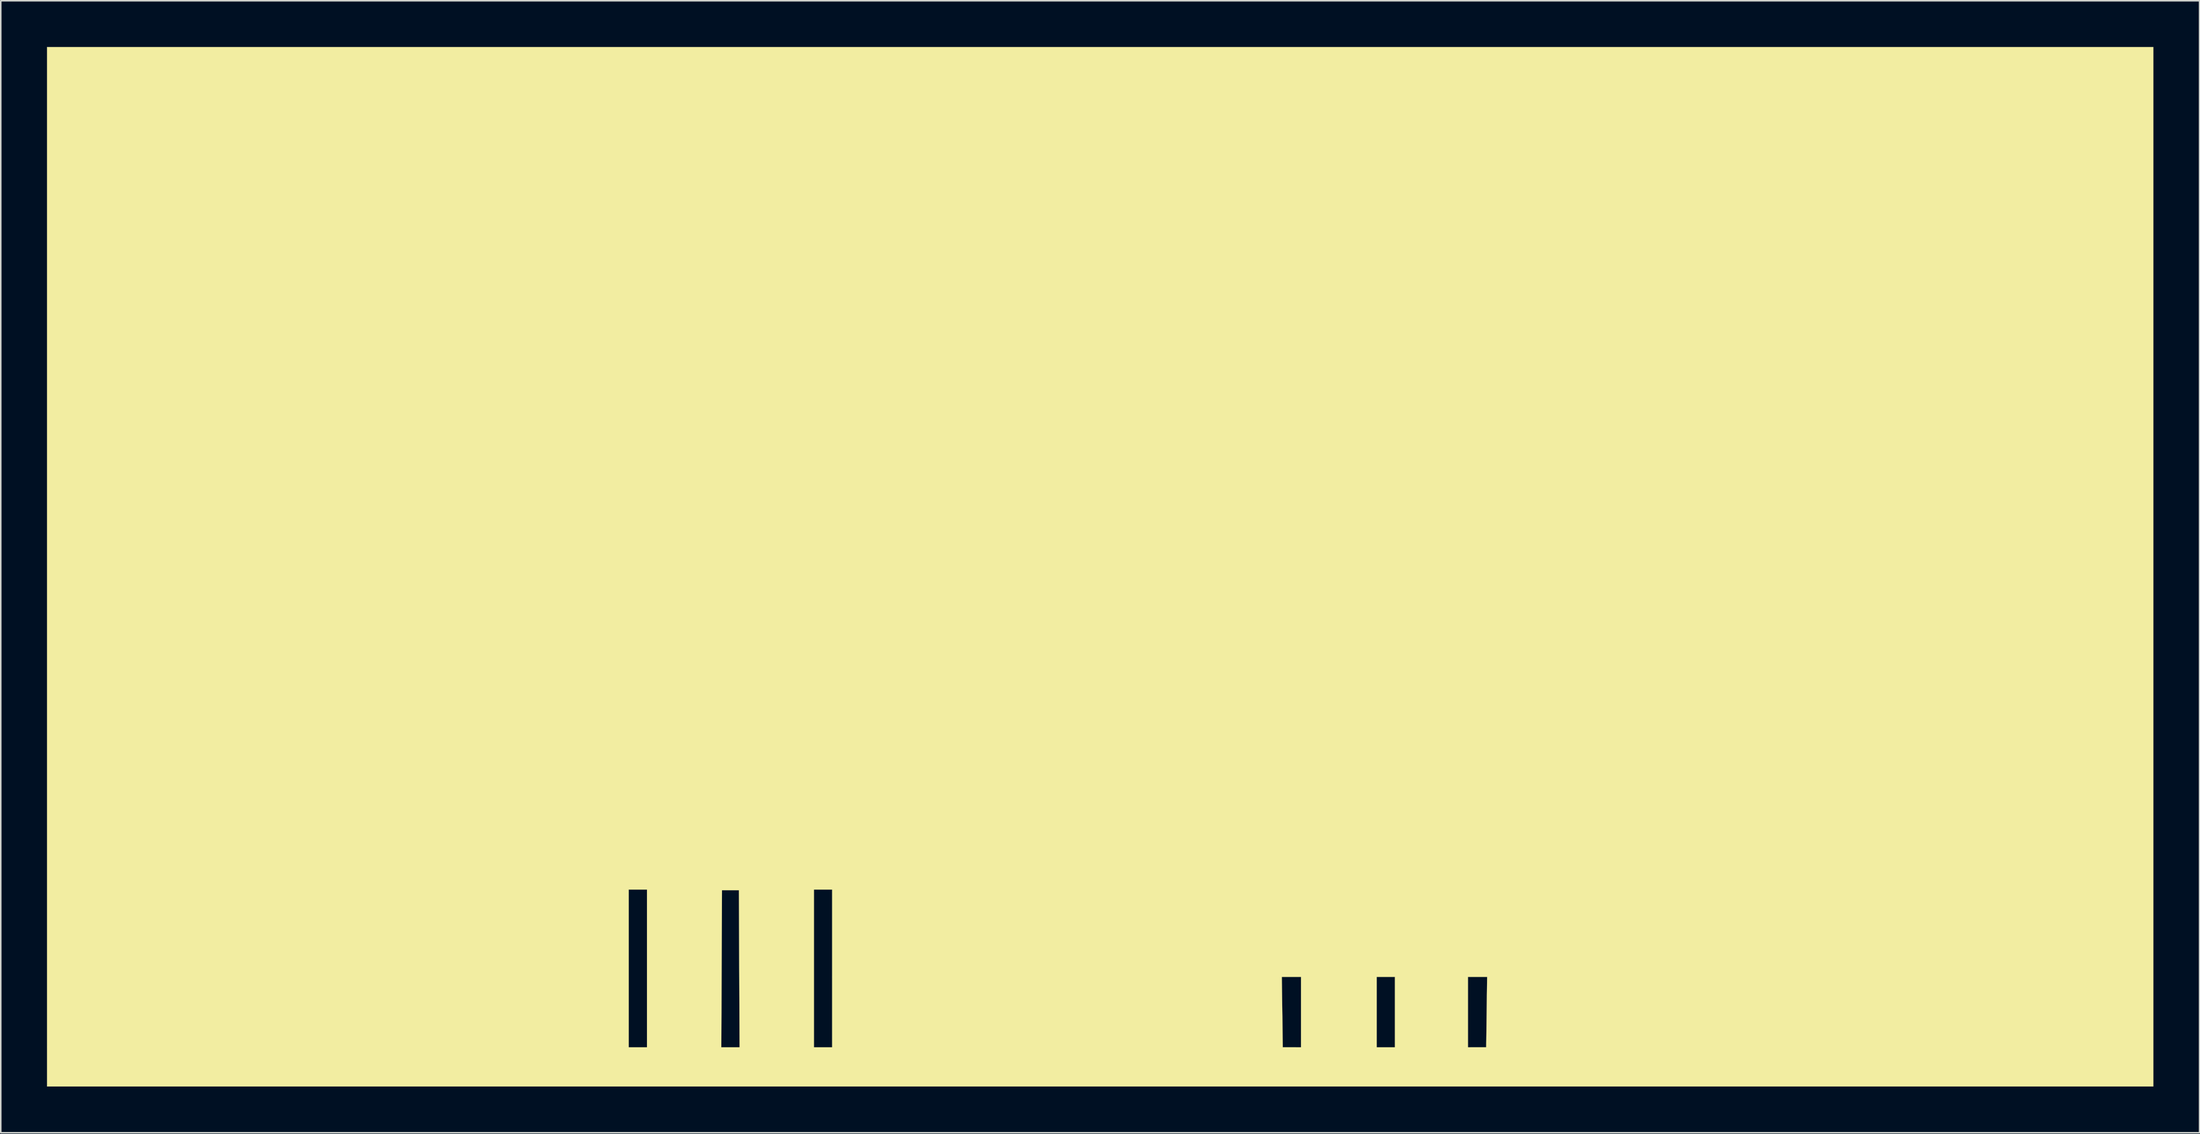
<source format=kicad_pcb>
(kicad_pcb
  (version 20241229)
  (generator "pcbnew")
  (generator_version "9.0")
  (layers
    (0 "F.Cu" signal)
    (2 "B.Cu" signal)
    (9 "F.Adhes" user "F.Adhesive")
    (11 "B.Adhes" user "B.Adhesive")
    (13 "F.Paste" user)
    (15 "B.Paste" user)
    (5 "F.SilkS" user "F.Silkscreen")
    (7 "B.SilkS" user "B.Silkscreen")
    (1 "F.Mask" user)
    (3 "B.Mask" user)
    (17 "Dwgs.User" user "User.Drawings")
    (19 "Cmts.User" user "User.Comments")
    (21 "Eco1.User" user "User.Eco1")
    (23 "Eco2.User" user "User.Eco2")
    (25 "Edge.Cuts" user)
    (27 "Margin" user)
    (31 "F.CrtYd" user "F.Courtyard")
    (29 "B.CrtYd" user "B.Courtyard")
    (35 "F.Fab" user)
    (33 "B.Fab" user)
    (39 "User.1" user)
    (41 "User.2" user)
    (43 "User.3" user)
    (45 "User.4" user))
  (footprint "Frame"
    (layer "F.Cu")
    (at 68.331 33.702)
    (property "Reference" "Frame" (at 0 0 0) (layer "F.SilkS") (effects (font (size 1.524 1.524) (thickness 0.3))))
    (attr through_hole)
    (fp_poly (pts (xy 68.411 33.782) (xy -68.326 33.782) (xy -68.326 20.997) (xy -30.565 20.997) (xy -30.565 31.242) (xy -29.379 31.242) (xy -24.555 31.242) (xy -23.367 31.242) (xy -23.389 26.141) (xy -23.41 21.04) (xy -24.511 21.04) (xy -24.533 26.141) (xy -24.555 31.242) (xy -29.379 31.242) (xy -29.379 20.997) (xy -18.542 20.997) (xy -18.542 31.242) (xy -17.357 31.242) (xy -17.357 26.67) (xy 11.834 26.67) (xy 11.896 31.241) (xy 13.081 31.242) (xy 13.081 26.67) (xy 17.992 26.67) (xy 17.992 31.242) (xy 19.177 31.242) (xy 23.918 31.242) (xy 24.511 31.241) (xy 25.104 31.241) (xy 25.165 26.67) (xy 24.542 26.67) (xy 23.918 26.67) (xy 23.918 31.242) (xy 19.177 31.242) (xy 19.177 26.67) (xy 17.992 26.67) (xy 13.081 26.67) (xy 13.081 26.67) (xy 12.458 26.67) (xy 11.834 26.67) (xy -17.357 26.67) (xy -17.357 20.997) (xy -18.542 20.997) (xy -29.379 20.997) (xy -30.565 20.997) (xy -68.326 20.997) (xy -68.326 -33.697) (xy 68.411 -33.697) (xy 68.411 33.782)) (stroke (width 0.01) (type solid)) (fill yes) (layer "F.SilkS")))
  (gr_rect
    (start -3 -3)
    (end 139.747 70.489)
    (stroke (width 0.1) (type default))
    (fill no)
    (layer "Edge.Cuts")))
</source>
